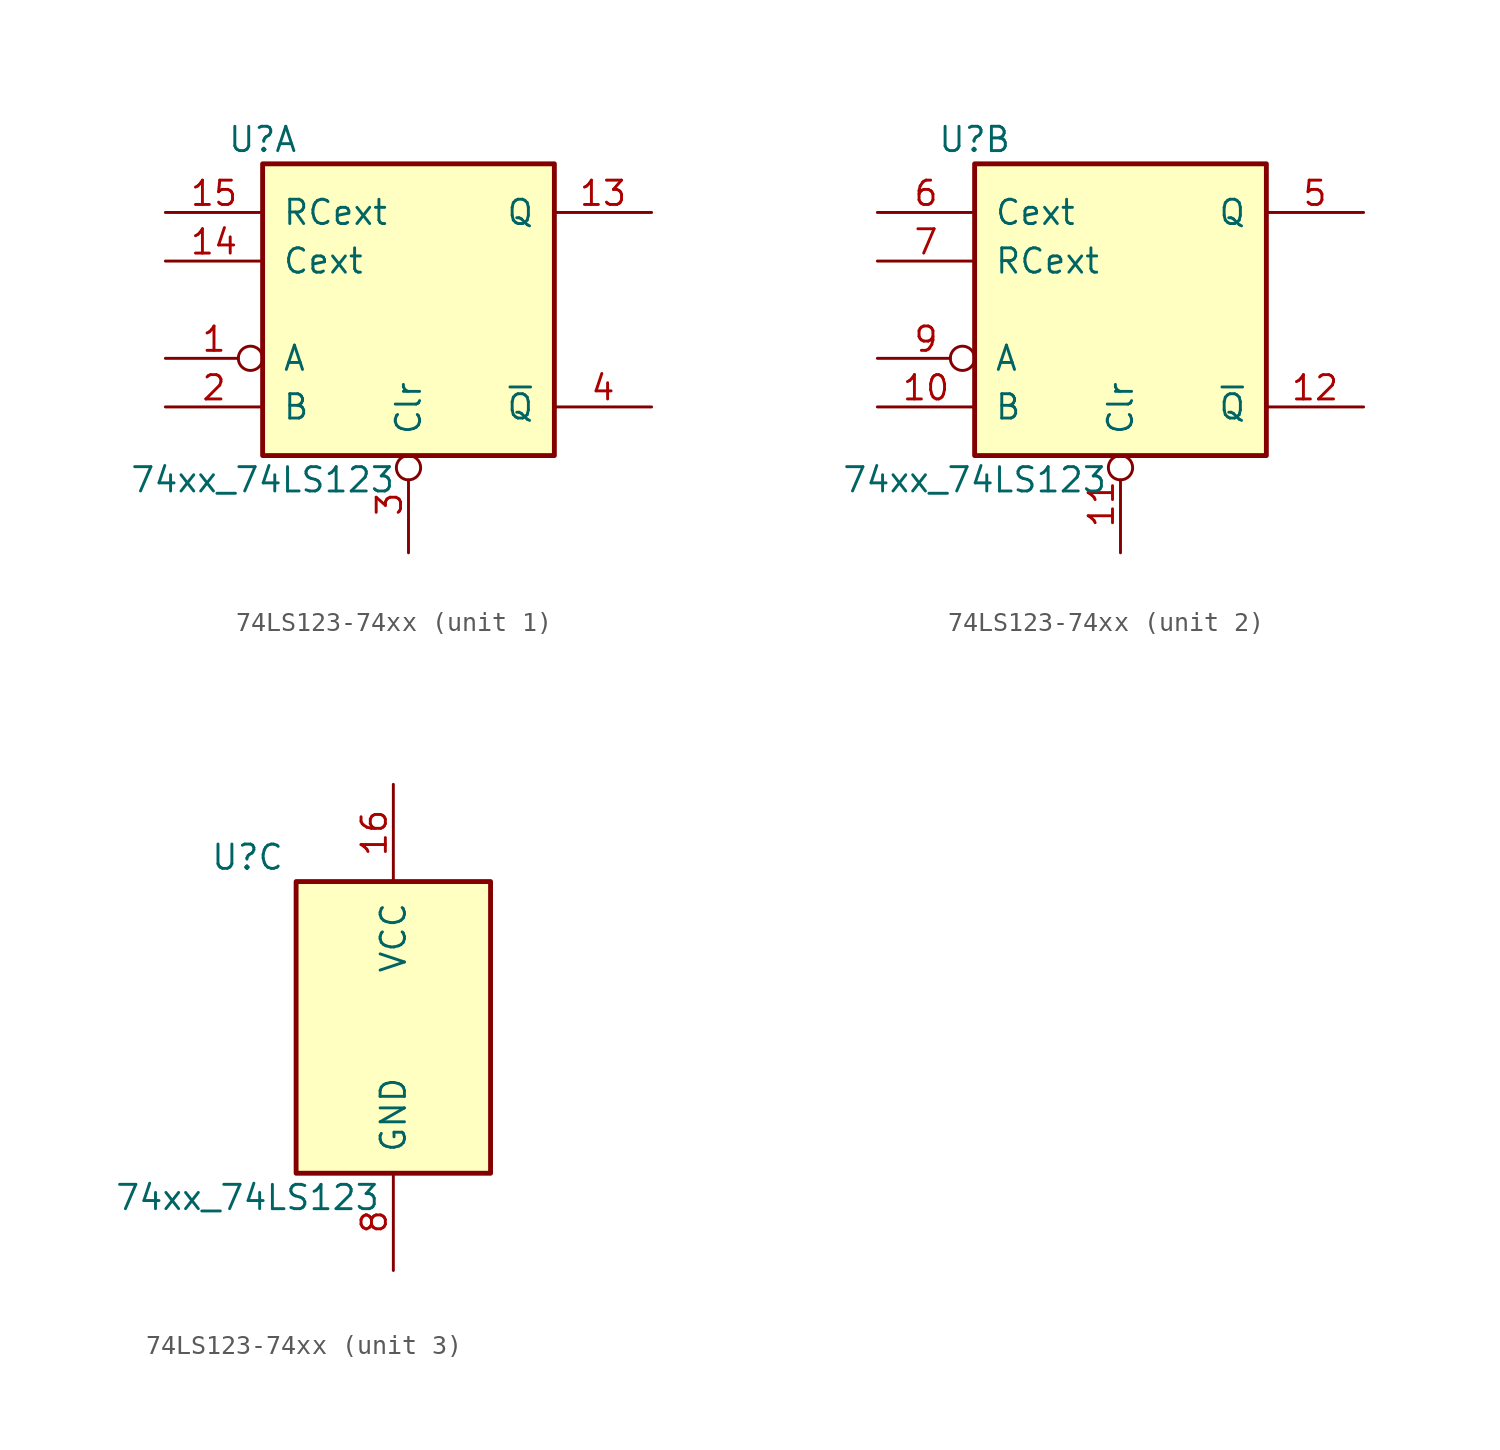
<source format=kicad_sym>
(kicad_symbol_lib
  (version 20231120)
  (generator "kicad_symbol_editor")
  (generator_version "8.0")
  (symbol "74LS123-74xx"
    (pin_names
      (offset 1.016))
    (property "Reference" "U"
      (at -7.62 8.89 0)
      (effects (font (size 1.27 1.27))))
    (property "Value" "74xx_74LS123"
      (at -7.62 -8.89 0)
      (effects (font (size 1.27 1.27))))
    (property "ki_locked" ""
      (at 0 0 0)
      (effects (font (size 1.27 1.27))))
    (symbol "74LS123-74xx_1_0"
      (pin input inverted (at -12.7 -2.54 0) (length 5.08) (name "A" (effects (font (size 1.27 1.27)))) (number "1" (effects (font (size 1.27 1.27)))))
      (pin output line (at 12.7 5.08 180) (length 5.08) (name "Q" (effects (font (size 1.27 1.27)))) (number "13" (effects (font (size 1.27 1.27)))))
      (pin input line (at -12.7 2.54 0) (length 5.08) (name "Cext" (effects (font (size 1.27 1.27)))) (number "14" (effects (font (size 1.27 1.27)))))
      (pin input line (at -12.7 5.08 0) (length 5.08) (name "RCext" (effects (font (size 1.27 1.27)))) (number "15" (effects (font (size 1.27 1.27)))))
      (pin input line (at -12.7 -5.08 0) (length 5.08) (name "B" (effects (font (size 1.27 1.27)))) (number "2" (effects (font (size 1.27 1.27)))))
      (pin input inverted (at 0 -12.7 90) (length 5.08) (name "Clr" (effects (font (size 1.27 1.27)))) (number "3" (effects (font (size 1.27 1.27)))))
      (pin output line (at 12.7 -5.08 180) (length 5.08) (name "~{Q}" (effects (font (size 1.27 1.27)))) (number "4" (effects (font (size 1.27 1.27))))))
    (symbol "74LS123-74xx_1_1"
      (rectangle (start -7.62 7.62) (end 7.62 -7.62) (stroke (width 0.254) (type solid)) (fill (type background))))
    (symbol "74LS123-74xx_2_0"
      (pin input line (at -12.7 -5.08 0) (length 5.08) (name "B" (effects (font (size 1.27 1.27)))) (number "10" (effects (font (size 1.27 1.27)))))
      (pin input inverted (at 0 -12.7 90) (length 5.08) (name "Clr" (effects (font (size 1.27 1.27)))) (number "11" (effects (font (size 1.27 1.27)))))
      (pin output line (at 12.7 -5.08 180) (length 5.08) (name "~{Q}" (effects (font (size 1.27 1.27)))) (number "12" (effects (font (size 1.27 1.27)))))
      (pin output line (at 12.7 5.08 180) (length 5.08) (name "Q" (effects (font (size 1.27 1.27)))) (number "5" (effects (font (size 1.27 1.27)))))
      (pin input line (at -12.7 5.08 0) (length 5.08) (name "Cext" (effects (font (size 1.27 1.27)))) (number "6" (effects (font (size 1.27 1.27)))))
      (pin input line (at -12.7 2.54 0) (length 5.08) (name "RCext" (effects (font (size 1.27 1.27)))) (number "7" (effects (font (size 1.27 1.27)))))
      (pin input inverted (at -12.7 -2.54 0) (length 5.08) (name "A" (effects (font (size 1.27 1.27)))) (number "9" (effects (font (size 1.27 1.27))))))
    (symbol "74LS123-74xx_2_1"
      (rectangle (start -7.62 7.62) (end 7.62 -7.62) (stroke (width 0.254) (type solid)) (fill (type background))))
    (symbol "74LS123-74xx_3_0"
      (pin power_in line (at 0 12.7 270) (length 5.08) (name "VCC" (effects (font (size 1.27 1.27)))) (number "16" (effects (font (size 1.27 1.27)))))
      (pin power_in line (at 0 -12.7 90) (length 5.08) (name "GND" (effects (font (size 1.27 1.27)))) (number "8" (effects (font (size 1.27 1.27))))))
    (symbol "74LS123-74xx_3_1"
      (rectangle (start -5.08 7.62) (end 5.08 -7.62) (stroke (width 0.254) (type solid)) (fill (type background))))))
</source>
